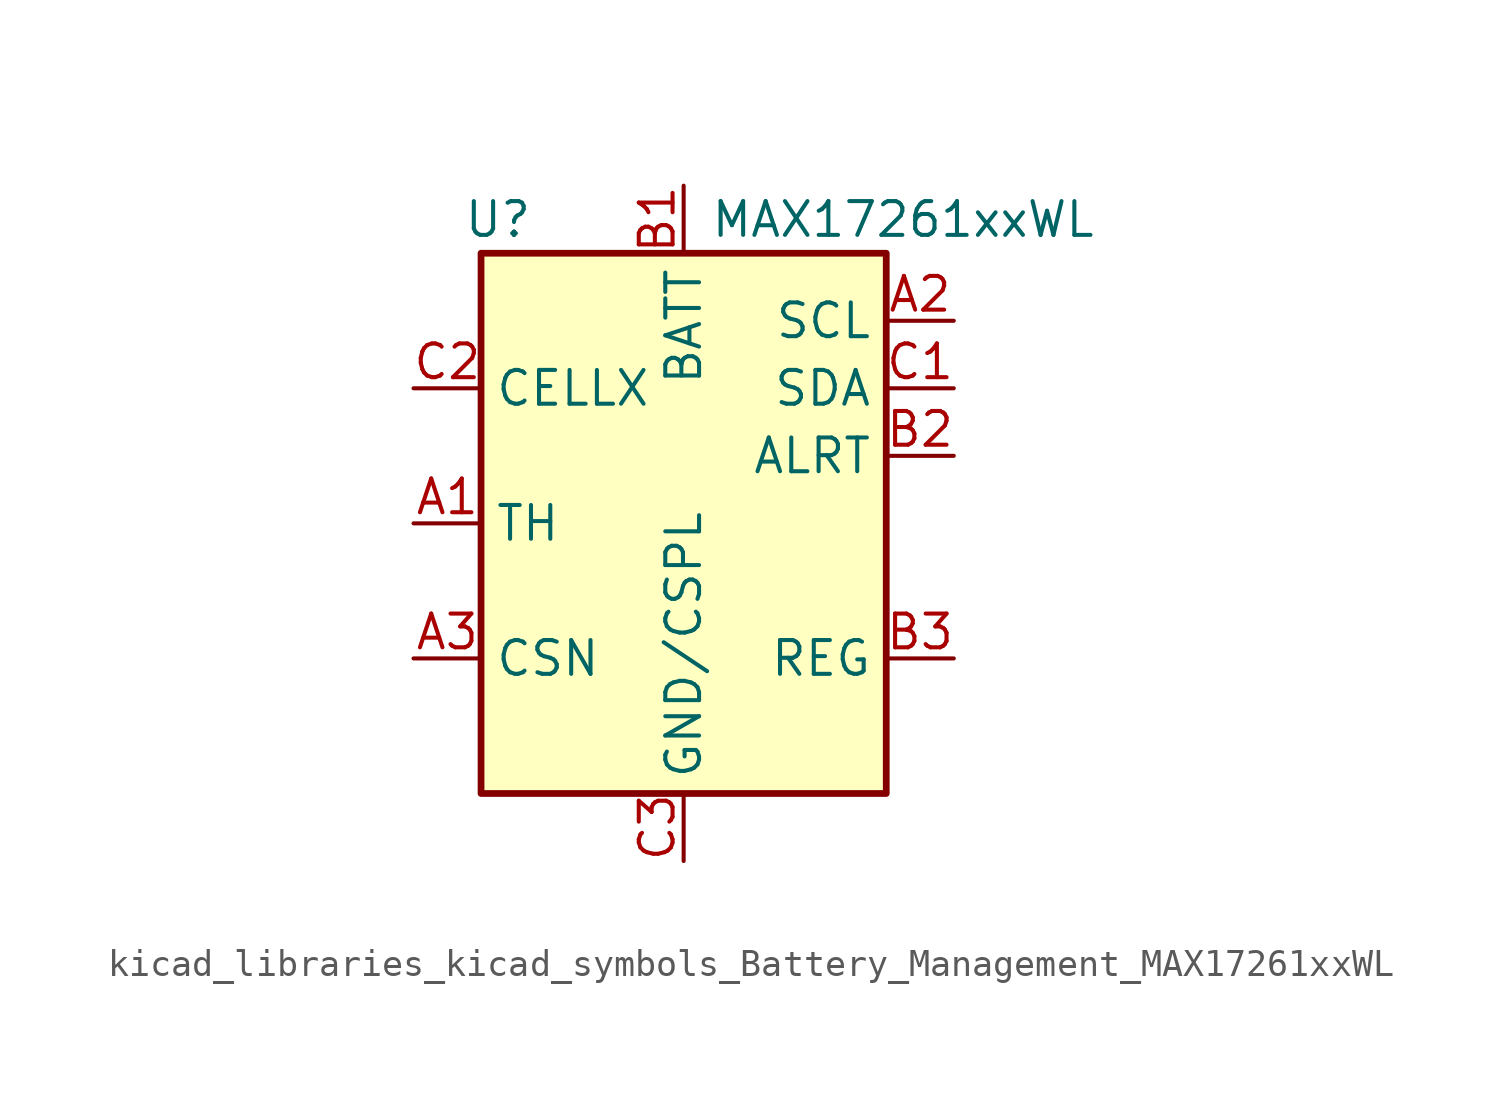
<source format=kicad_sym>
(kicad_symbol_lib
  (version 20220914)
  (generator kicad_symbol_editor)
  (symbol "kicad_libraries_kicad_symbols_Battery_Management_MAX17261xxWL"
    (property "Reference" "U"
      (at -6.985 11.43 0)
      (effects (font (size 1.27 1.27))))
    (property "Value" "MAX17261xxWL"
      (at 8.255 11.43 0)
      (effects (font (size 1.27 1.27))))
    (symbol "kicad_libraries_kicad_symbols_Battery_Management_MAX17261xxWL_0_1"
      (rectangle (start -7.62 10.16) (end 7.62 -10.16) (stroke (width 0.254) (type default)) (fill (type background))))
    (symbol "kicad_libraries_kicad_symbols_Battery_Management_MAX17261xxWL_1_1"
      (pin passive line (at -10.16 0 0) (length 2.54) (name "TH" (effects (font (size 1.27 1.27)))) (number "A1" (effects (font (size 1.27 1.27)))))
      (pin input line (at 10.16 7.62 180) (length 2.54) (name "SCL" (effects (font (size 1.27 1.27)))) (number "A2" (effects (font (size 1.27 1.27)))))
      (pin passive line (at -10.16 -5.08 0) (length 2.54) (name "CSN" (effects (font (size 1.27 1.27)))) (number "A3" (effects (font (size 1.27 1.27)))))
      (pin power_in line (at 0 12.7 270) (length 2.54) (name "BATT" (effects (font (size 1.27 1.27)))) (number "B1" (effects (font (size 1.27 1.27)))))
      (pin open_collector line (at 10.16 2.54 180) (length 2.54) (name "ALRT" (effects (font (size 1.27 1.27)))) (number "B2" (effects (font (size 1.27 1.27)))))
      (pin power_out line (at 10.16 -5.08 180) (length 2.54) (name "REG" (effects (font (size 1.27 1.27)))) (number "B3" (effects (font (size 1.27 1.27)))))
      (pin bidirectional line (at 10.16 5.08 180) (length 2.54) (name "SDA" (effects (font (size 1.27 1.27)))) (number "C1" (effects (font (size 1.27 1.27)))))
      (pin input line (at -10.16 5.08 0) (length 2.54) (name "CELLX" (effects (font (size 1.27 1.27)))) (number "C2" (effects (font (size 1.27 1.27)))))
      (pin power_in line (at 0 -12.7 90) (length 2.54) (name "GND/CSPL" (effects (font (size 1.27 1.27)))) (number "C3" (effects (font (size 1.27 1.27))))))))
</source>
